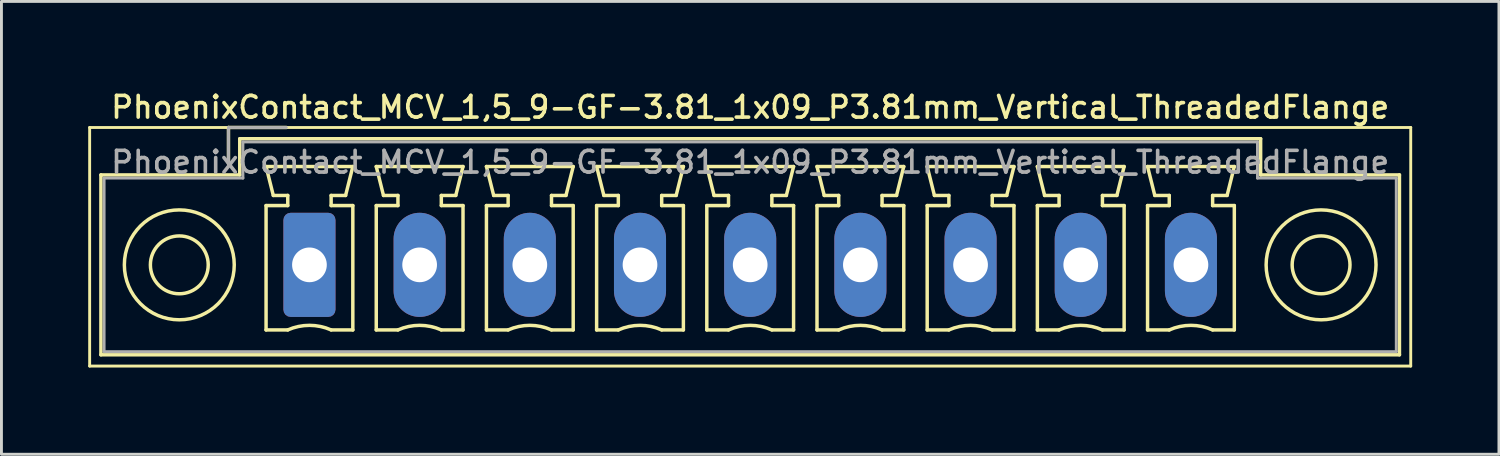
<source format=kicad_pcb>
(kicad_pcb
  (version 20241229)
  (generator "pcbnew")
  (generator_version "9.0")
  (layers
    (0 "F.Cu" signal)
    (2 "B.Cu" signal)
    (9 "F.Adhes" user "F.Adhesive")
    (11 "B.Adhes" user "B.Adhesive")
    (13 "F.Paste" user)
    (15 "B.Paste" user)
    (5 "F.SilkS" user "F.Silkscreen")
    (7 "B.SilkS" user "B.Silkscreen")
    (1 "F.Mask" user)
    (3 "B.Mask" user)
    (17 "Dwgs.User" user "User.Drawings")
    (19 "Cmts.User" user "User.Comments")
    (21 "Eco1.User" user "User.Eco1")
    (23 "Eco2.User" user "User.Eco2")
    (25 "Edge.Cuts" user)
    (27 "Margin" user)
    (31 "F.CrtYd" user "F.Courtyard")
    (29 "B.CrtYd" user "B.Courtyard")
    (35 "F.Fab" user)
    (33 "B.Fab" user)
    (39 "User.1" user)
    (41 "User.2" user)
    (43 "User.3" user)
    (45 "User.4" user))
  (footprint "PhoenixContact_MCV_1,5_9-GF-3.81_1x09_P3.81mm_Vertical_ThreadedFlange"
    (layer "F.Cu")
    (at 7.65 6.108)
    (property "Reference" "PhoenixContact_MCV_1,5_9-GF-3.81_1x09_P3.81mm_Vertical_ThreadedFlange" (at 15.24 -5.45 0) (layer "F.SilkS") (effects (font (size 0.75 0.75) (thickness 0.125))))
    (attr through_hole)
    (fp_line (start -7.6 -4.75) (end -7.6 3.5) (stroke (width 0.1) (type solid)) (layer "F.SilkS"))
    (fp_line (start -7.6 3.5) (end 38.08 3.5) (stroke (width 0.1) (type solid)) (layer "F.SilkS"))
    (fp_line (start -7.21 -3.11) (end -7.21 3.11) (stroke (width 0.12) (type solid)) (layer "F.SilkS"))
    (fp_line (start -7.21 3.11) (end 37.69 3.11) (stroke (width 0.12) (type solid)) (layer "F.SilkS"))
    (fp_line (start -2.8 -4.75) (end -0.8 -4.75) (stroke (width 0.12) (type solid)) (layer "F.SilkS"))
    (fp_line (start -2.8 -3.5) (end -2.8 -4.75) (stroke (width 0.12) (type solid)) (layer "F.SilkS"))
    (fp_line (start -2.41 -4.36) (end -2.41 -3.11) (stroke (width 0.12) (type solid)) (layer "F.SilkS"))
    (fp_line (start -2.41 -3.11) (end -7.21 -3.11) (stroke (width 0.12) (type solid)) (layer "F.SilkS"))
    (fp_line (start -1.5 -3.4) (end 1.5 -3.4) (stroke (width 0.12) (type solid)) (layer "F.SilkS"))
    (fp_line (start -1.5 -2.05) (end -0.75 -2.05) (stroke (width 0.12) (type solid)) (layer "F.SilkS"))
    (fp_line (start -1.5 2.25) (end -1.5 -2.05) (stroke (width 0.12) (type solid)) (layer "F.SilkS"))
    (fp_line (start -1.25 -2.4) (end -1.5 -3.4) (stroke (width 0.12) (type solid)) (layer "F.SilkS"))
    (fp_line (start -0.75 -2.4) (end -1.25 -2.4) (stroke (width 0.12) (type solid)) (layer "F.SilkS"))
    (fp_line (start -0.75 -2.05) (end -0.75 -2.4) (stroke (width 0.12) (type solid)) (layer "F.SilkS"))
    (fp_line (start -0.75 2.25) (end -1.5 2.25) (stroke (width 0.12) (type solid)) (layer "F.SilkS"))
    (fp_line (start 0.75 -2.4) (end 0.75 -2.05) (stroke (width 0.12) (type solid)) (layer "F.SilkS"))
    (fp_line (start 0.75 -2.05) (end 1.5 -2.05) (stroke (width 0.12) (type solid)) (layer "F.SilkS"))
    (fp_line (start 1.25 -2.4) (end 0.75 -2.4) (stroke (width 0.12) (type solid)) (layer "F.SilkS"))
    (fp_line (start 1.5 -3.4) (end 1.25 -2.4) (stroke (width 0.12) (type solid)) (layer "F.SilkS"))
    (fp_line (start 1.5 -2.05) (end 1.5 2.25) (stroke (width 0.12) (type solid)) (layer "F.SilkS"))
    (fp_line (start 1.5 2.25) (end 0.75 2.25) (stroke (width 0.12) (type solid)) (layer "F.SilkS"))
    (fp_line (start 2.31 -3.4) (end 5.31 -3.4) (stroke (width 0.12) (type solid)) (layer "F.SilkS"))
    (fp_line (start 2.31 -2.05) (end 3.06 -2.05) (stroke (width 0.12) (type solid)) (layer "F.SilkS"))
    (fp_line (start 2.31 2.25) (end 2.31 -2.05) (stroke (width 0.12) (type solid)) (layer "F.SilkS"))
    (fp_line (start 2.56 -2.4) (end 2.31 -3.4) (stroke (width 0.12) (type solid)) (layer "F.SilkS"))
    (fp_line (start 3.06 -2.4) (end 2.56 -2.4) (stroke (width 0.12) (type solid)) (layer "F.SilkS"))
    (fp_line (start 3.06 -2.05) (end 3.06 -2.4) (stroke (width 0.12) (type solid)) (layer "F.SilkS"))
    (fp_line (start 3.06 2.25) (end 2.31 2.25) (stroke (width 0.12) (type solid)) (layer "F.SilkS"))
    (fp_line (start 4.56 -2.4) (end 4.56 -2.05) (stroke (width 0.12) (type solid)) (layer "F.SilkS"))
    (fp_line (start 4.56 -2.05) (end 5.31 -2.05) (stroke (width 0.12) (type solid)) (layer "F.SilkS"))
    (fp_line (start 5.06 -2.4) (end 4.56 -2.4) (stroke (width 0.12) (type solid)) (layer "F.SilkS"))
    (fp_line (start 5.31 -3.4) (end 5.06 -2.4) (stroke (width 0.12) (type solid)) (layer "F.SilkS"))
    (fp_line (start 5.31 -2.05) (end 5.31 2.25) (stroke (width 0.12) (type solid)) (layer "F.SilkS"))
    (fp_line (start 5.31 2.25) (end 4.56 2.25) (stroke (width 0.12) (type solid)) (layer "F.SilkS"))
    (fp_line (start 6.12 -3.4) (end 9.12 -3.4) (stroke (width 0.12) (type solid)) (layer "F.SilkS"))
    (fp_line (start 6.12 -2.05) (end 6.87 -2.05) (stroke (width 0.12) (type solid)) (layer "F.SilkS"))
    (fp_line (start 6.12 2.25) (end 6.12 -2.05) (stroke (width 0.12) (type solid)) (layer "F.SilkS"))
    (fp_line (start 6.37 -2.4) (end 6.12 -3.4) (stroke (width 0.12) (type solid)) (layer "F.SilkS"))
    (fp_line (start 6.87 -2.4) (end 6.37 -2.4) (stroke (width 0.12) (type solid)) (layer "F.SilkS"))
    (fp_line (start 6.87 -2.05) (end 6.87 -2.4) (stroke (width 0.12) (type solid)) (layer "F.SilkS"))
    (fp_line (start 6.87 2.25) (end 6.12 2.25) (stroke (width 0.12) (type solid)) (layer "F.SilkS"))
    (fp_line (start 8.37 -2.4) (end 8.37 -2.05) (stroke (width 0.12) (type solid)) (layer "F.SilkS"))
    (fp_line (start 8.37 -2.05) (end 9.12 -2.05) (stroke (width 0.12) (type solid)) (layer "F.SilkS"))
    (fp_line (start 8.87 -2.4) (end 8.37 -2.4) (stroke (width 0.12) (type solid)) (layer "F.SilkS"))
    (fp_line (start 9.12 -3.4) (end 8.87 -2.4) (stroke (width 0.12) (type solid)) (layer "F.SilkS"))
    (fp_line (start 9.12 -2.05) (end 9.12 2.25) (stroke (width 0.12) (type solid)) (layer "F.SilkS"))
    (fp_line (start 9.12 2.25) (end 8.37 2.25) (stroke (width 0.12) (type solid)) (layer "F.SilkS"))
    (fp_line (start 9.93 -3.4) (end 12.93 -3.4) (stroke (width 0.12) (type solid)) (layer "F.SilkS"))
    (fp_line (start 9.93 -2.05) (end 10.68 -2.05) (stroke (width 0.12) (type solid)) (layer "F.SilkS"))
    (fp_line (start 9.93 2.25) (end 9.93 -2.05) (stroke (width 0.12) (type solid)) (layer "F.SilkS"))
    (fp_line (start 10.18 -2.4) (end 9.93 -3.4) (stroke (width 0.12) (type solid)) (layer "F.SilkS"))
    (fp_line (start 10.68 -2.4) (end 10.18 -2.4) (stroke (width 0.12) (type solid)) (layer "F.SilkS"))
    (fp_line (start 10.68 -2.05) (end 10.68 -2.4) (stroke (width 0.12) (type solid)) (layer "F.SilkS"))
    (fp_line (start 10.68 2.25) (end 9.93 2.25) (stroke (width 0.12) (type solid)) (layer "F.SilkS"))
    (fp_line (start 12.18 -2.4) (end 12.18 -2.05) (stroke (width 0.12) (type solid)) (layer "F.SilkS"))
    (fp_line (start 12.18 -2.05) (end 12.93 -2.05) (stroke (width 0.12) (type solid)) (layer "F.SilkS"))
    (fp_line (start 12.68 -2.4) (end 12.18 -2.4) (stroke (width 0.12) (type solid)) (layer "F.SilkS"))
    (fp_line (start 12.93 -3.4) (end 12.68 -2.4) (stroke (width 0.12) (type solid)) (layer "F.SilkS"))
    (fp_line (start 12.93 -2.05) (end 12.93 2.25) (stroke (width 0.12) (type solid)) (layer "F.SilkS"))
    (fp_line (start 12.93 2.25) (end 12.18 2.25) (stroke (width 0.12) (type solid)) (layer "F.SilkS"))
    (fp_line (start 13.74 -3.4) (end 16.74 -3.4) (stroke (width 0.12) (type solid)) (layer "F.SilkS"))
    (fp_line (start 13.74 -2.05) (end 14.49 -2.05) (stroke (width 0.12) (type solid)) (layer "F.SilkS"))
    (fp_line (start 13.74 2.25) (end 13.74 -2.05) (stroke (width 0.12) (type solid)) (layer "F.SilkS"))
    (fp_line (start 13.99 -2.4) (end 13.74 -3.4) (stroke (width 0.12) (type solid)) (layer "F.SilkS"))
    (fp_line (start 14.49 -2.4) (end 13.99 -2.4) (stroke (width 0.12) (type solid)) (layer "F.SilkS"))
    (fp_line (start 14.49 -2.05) (end 14.49 -2.4) (stroke (width 0.12) (type solid)) (layer "F.SilkS"))
    (fp_line (start 14.49 2.25) (end 13.74 2.25) (stroke (width 0.12) (type solid)) (layer "F.SilkS"))
    (fp_line (start 15.99 -2.4) (end 15.99 -2.05) (stroke (width 0.12) (type solid)) (layer "F.SilkS"))
    (fp_line (start 15.99 -2.05) (end 16.74 -2.05) (stroke (width 0.12) (type solid)) (layer "F.SilkS"))
    (fp_line (start 16.49 -2.4) (end 15.99 -2.4) (stroke (width 0.12) (type solid)) (layer "F.SilkS"))
    (fp_line (start 16.74 -3.4) (end 16.49 -2.4) (stroke (width 0.12) (type solid)) (layer "F.SilkS"))
    (fp_line (start 16.74 -2.05) (end 16.74 2.25) (stroke (width 0.12) (type solid)) (layer "F.SilkS"))
    (fp_line (start 16.74 2.25) (end 15.99 2.25) (stroke (width 0.12) (type solid)) (layer "F.SilkS"))
    (fp_line (start 17.55 -3.4) (end 20.55 -3.4) (stroke (width 0.12) (type solid)) (layer "F.SilkS"))
    (fp_line (start 17.55 -2.05) (end 18.3 -2.05) (stroke (width 0.12) (type solid)) (layer "F.SilkS"))
    (fp_line (start 17.55 2.25) (end 17.55 -2.05) (stroke (width 0.12) (type solid)) (layer "F.SilkS"))
    (fp_line (start 17.8 -2.4) (end 17.55 -3.4) (stroke (width 0.12) (type solid)) (layer "F.SilkS"))
    (fp_line (start 18.3 -2.4) (end 17.8 -2.4) (stroke (width 0.12) (type solid)) (layer "F.SilkS"))
    (fp_line (start 18.3 -2.05) (end 18.3 -2.4) (stroke (width 0.12) (type solid)) (layer "F.SilkS"))
    (fp_line (start 18.3 2.25) (end 17.55 2.25) (stroke (width 0.12) (type solid)) (layer "F.SilkS"))
    (fp_line (start 19.8 -2.4) (end 19.8 -2.05) (stroke (width 0.12) (type solid)) (layer "F.SilkS"))
    (fp_line (start 19.8 -2.05) (end 20.55 -2.05) (stroke (width 0.12) (type solid)) (layer "F.SilkS"))
    (fp_line (start 20.3 -2.4) (end 19.8 -2.4) (stroke (width 0.12) (type solid)) (layer "F.SilkS"))
    (fp_line (start 20.55 -3.4) (end 20.3 -2.4) (stroke (width 0.12) (type solid)) (layer "F.SilkS"))
    (fp_line (start 20.55 -2.05) (end 20.55 2.25) (stroke (width 0.12) (type solid)) (layer "F.SilkS"))
    (fp_line (start 20.55 2.25) (end 19.8 2.25) (stroke (width 0.12) (type solid)) (layer "F.SilkS"))
    (fp_line (start 21.36 -3.4) (end 24.36 -3.4) (stroke (width 0.12) (type solid)) (layer "F.SilkS"))
    (fp_line (start 21.36 -2.05) (end 22.11 -2.05) (stroke (width 0.12) (type solid)) (layer "F.SilkS"))
    (fp_line (start 21.36 2.25) (end 21.36 -2.05) (stroke (width 0.12) (type solid)) (layer "F.SilkS"))
    (fp_line (start 21.61 -2.4) (end 21.36 -3.4) (stroke (width 0.12) (type solid)) (layer "F.SilkS"))
    (fp_line (start 22.11 -2.4) (end 21.61 -2.4) (stroke (width 0.12) (type solid)) (layer "F.SilkS"))
    (fp_line (start 22.11 -2.05) (end 22.11 -2.4) (stroke (width 0.12) (type solid)) (layer "F.SilkS"))
    (fp_line (start 22.11 2.25) (end 21.36 2.25) (stroke (width 0.12) (type solid)) (layer "F.SilkS"))
    (fp_line (start 23.61 -2.4) (end 23.61 -2.05) (stroke (width 0.12) (type solid)) (layer "F.SilkS"))
    (fp_line (start 23.61 -2.05) (end 24.36 -2.05) (stroke (width 0.12) (type solid)) (layer "F.SilkS"))
    (fp_line (start 24.11 -2.4) (end 23.61 -2.4) (stroke (width 0.12) (type solid)) (layer "F.SilkS"))
    (fp_line (start 24.36 -3.4) (end 24.11 -2.4) (stroke (width 0.12) (type solid)) (layer "F.SilkS"))
    (fp_line (start 24.36 -2.05) (end 24.36 2.25) (stroke (width 0.12) (type solid)) (layer "F.SilkS"))
    (fp_line (start 24.36 2.25) (end 23.61 2.25) (stroke (width 0.12) (type solid)) (layer "F.SilkS"))
    (fp_line (start 25.17 -3.4) (end 28.17 -3.4) (stroke (width 0.12) (type solid)) (layer "F.SilkS"))
    (fp_line (start 25.17 -2.05) (end 25.92 -2.05) (stroke (width 0.12) (type solid)) (layer "F.SilkS"))
    (fp_line (start 25.17 2.25) (end 25.17 -2.05) (stroke (width 0.12) (type solid)) (layer "F.SilkS"))
    (fp_line (start 25.42 -2.4) (end 25.17 -3.4) (stroke (width 0.12) (type solid)) (layer "F.SilkS"))
    (fp_line (start 25.92 -2.4) (end 25.42 -2.4) (stroke (width 0.12) (type solid)) (layer "F.SilkS"))
    (fp_line (start 25.92 -2.05) (end 25.92 -2.4) (stroke (width 0.12) (type solid)) (layer "F.SilkS"))
    (fp_line (start 25.92 2.25) (end 25.17 2.25) (stroke (width 0.12) (type solid)) (layer "F.SilkS"))
    (fp_line (start 27.42 -2.4) (end 27.42 -2.05) (stroke (width 0.12) (type solid)) (layer "F.SilkS"))
    (fp_line (start 27.42 -2.05) (end 28.17 -2.05) (stroke (width 0.12) (type solid)) (layer "F.SilkS"))
    (fp_line (start 27.92 -2.4) (end 27.42 -2.4) (stroke (width 0.12) (type solid)) (layer "F.SilkS"))
    (fp_line (start 28.17 -3.4) (end 27.92 -2.4) (stroke (width 0.12) (type solid)) (layer "F.SilkS"))
    (fp_line (start 28.17 -2.05) (end 28.17 2.25) (stroke (width 0.12) (type solid)) (layer "F.SilkS"))
    (fp_line (start 28.17 2.25) (end 27.42 2.25) (stroke (width 0.12) (type solid)) (layer "F.SilkS"))
    (fp_line (start 28.98 -3.4) (end 31.98 -3.4) (stroke (width 0.12) (type solid)) (layer "F.SilkS"))
    (fp_line (start 28.98 -2.05) (end 29.73 -2.05) (stroke (width 0.12) (type solid)) (layer "F.SilkS"))
    (fp_line (start 28.98 2.25) (end 28.98 -2.05) (stroke (width 0.12) (type solid)) (layer "F.SilkS"))
    (fp_line (start 29.23 -2.4) (end 28.98 -3.4) (stroke (width 0.12) (type solid)) (layer "F.SilkS"))
    (fp_line (start 29.73 -2.4) (end 29.23 -2.4) (stroke (width 0.12) (type solid)) (layer "F.SilkS"))
    (fp_line (start 29.73 -2.05) (end 29.73 -2.4) (stroke (width 0.12) (type solid)) (layer "F.SilkS"))
    (fp_line (start 29.73 2.25) (end 28.98 2.25) (stroke (width 0.12) (type solid)) (layer "F.SilkS"))
    (fp_line (start 31.23 -2.4) (end 31.23 -2.05) (stroke (width 0.12) (type solid)) (layer "F.SilkS"))
    (fp_line (start 31.23 -2.05) (end 31.98 -2.05) (stroke (width 0.12) (type solid)) (layer "F.SilkS"))
    (fp_line (start 31.73 -2.4) (end 31.23 -2.4) (stroke (width 0.12) (type solid)) (layer "F.SilkS"))
    (fp_line (start 31.98 -3.4) (end 31.73 -2.4) (stroke (width 0.12) (type solid)) (layer "F.SilkS"))
    (fp_line (start 31.98 -2.05) (end 31.98 2.25) (stroke (width 0.12) (type solid)) (layer "F.SilkS"))
    (fp_line (start 31.98 2.25) (end 31.23 2.25) (stroke (width 0.12) (type solid)) (layer "F.SilkS"))
    (fp_line (start 32.89 -4.36) (end -2.41 -4.36) (stroke (width 0.12) (type solid)) (layer "F.SilkS"))
    (fp_line (start 32.89 -3.11) (end 32.89 -4.36) (stroke (width 0.12) (type solid)) (layer "F.SilkS"))
    (fp_line (start 37.69 -3.11) (end 32.89 -3.11) (stroke (width 0.12) (type solid)) (layer "F.SilkS"))
    (fp_line (start 37.69 3.11) (end 37.69 -3.11) (stroke (width 0.12) (type solid)) (layer "F.SilkS"))
    (fp_line (start 38.08 -4.75) (end -7.6 -4.75) (stroke (width 0.1) (type solid)) (layer "F.SilkS"))
    (fp_line (start 38.08 3.5) (end 38.08 -4.75) (stroke (width 0.1) (type solid)) (layer "F.SilkS"))
    (fp_arc (start -0.75 2.25) (mid -0.000193 2.09191) (end 0.749647 2.249844) (stroke (width 0.12) (type solid)) (layer "F.SilkS"))
    (fp_arc (start 3.06 2.25) (mid 3.809807 2.09191) (end 4.559647 2.249844) (stroke (width 0.12) (type solid)) (layer "F.SilkS"))
    (fp_arc (start 6.87 2.25) (mid 7.619807 2.09191) (end 8.369647 2.249844) (stroke (width 0.12) (type solid)) (layer "F.SilkS"))
    (fp_arc (start 10.68 2.25) (mid 11.429807 2.09191) (end 12.179647 2.249844) (stroke (width 0.12) (type solid)) (layer "F.SilkS"))
    (fp_arc (start 14.49 2.25) (mid 15.239807 2.09191) (end 15.989647 2.249844) (stroke (width 0.12) (type solid)) (layer "F.SilkS"))
    (fp_arc (start 18.3 2.25) (mid 19.049807 2.09191) (end 19.799647 2.249844) (stroke (width 0.12) (type solid)) (layer "F.SilkS"))
    (fp_arc (start 22.11 2.25) (mid 22.859807 2.09191) (end 23.609647 2.249844) (stroke (width 0.12) (type solid)) (layer "F.SilkS"))
    (fp_arc (start 25.92 2.25) (mid 26.669807 2.09191) (end 27.419647 2.249844) (stroke (width 0.12) (type solid)) (layer "F.SilkS"))
    (fp_arc (start 29.73 2.25) (mid 30.479807 2.09191) (end 31.229647 2.249844) (stroke (width 0.12) (type solid)) (layer "F.SilkS"))
    (fp_circle (center -4.5 0) (end -3.5 0) (stroke (width 0.12) (type solid)) (fill no) (layer "F.SilkS"))
    (fp_circle (center -4.5 0) (end -2.6 0) (stroke (width 0.12) (type solid)) (fill no) (layer "F.SilkS"))
    (fp_circle (center 34.98 0) (end 35.98 0) (stroke (width 0.12) (type solid)) (fill no) (layer "F.SilkS"))
    (fp_circle (center 34.98 0) (end 36.88 0) (stroke (width 0.12) (type solid)) (fill no) (layer "F.SilkS"))
    (fp_line (start -7.1 -3) (end -7.1 3) (stroke (width 0.1) (type solid)) (layer "F.Fab"))
    (fp_line (start -7.1 3) (end 37.58 3) (stroke (width 0.1) (type solid)) (layer "F.Fab"))
    (fp_line (start -2.8 -4.75) (end -0.8 -4.75) (stroke (width 0.1) (type solid)) (layer "F.Fab"))
    (fp_line (start -2.8 -3.5) (end -2.8 -4.75) (stroke (width 0.1) (type solid)) (layer "F.Fab"))
    (fp_line (start -2.3 -4.25) (end -2.3 -3) (stroke (width 0.1) (type solid)) (layer "F.Fab"))
    (fp_line (start -2.3 -3) (end -7.1 -3) (stroke (width 0.1) (type solid)) (layer "F.Fab"))
    (fp_line (start 32.78 -4.25) (end -2.3 -4.25) (stroke (width 0.1) (type solid)) (layer "F.Fab"))
    (fp_line (start 32.78 -3) (end 32.78 -4.25) (stroke (width 0.1) (type solid)) (layer "F.Fab"))
    (fp_line (start 37.58 -3) (end 32.78 -3) (stroke (width 0.1) (type solid)) (layer "F.Fab"))
    (fp_line (start 37.58 3) (end 37.58 -3) (stroke (width 0.1) (type solid)) (layer "F.Fab"))
    (fp_text user "${REFERENCE}" (at 15.24 -3.55 0) (layer "F.Fab") (effects (font (size 0.75 0.75) (thickness 0.125))))
    (pad "1" thru_hole roundrect (at 0 0) (size 1.8 3.6) (drill 1.2) (layers "*.Cu" "*.Mask") (roundrect_rratio 0.139))
    (pad "2" thru_hole oval (at 3.81 0) (size 1.8 3.6) (drill 1.2) (layers "*.Cu" "*.Mask"))
    (pad "3" thru_hole oval (at 7.62 0) (size 1.8 3.6) (drill 1.2) (layers "*.Cu" "*.Mask"))
    (pad "4" thru_hole oval (at 11.43 0) (size 1.8 3.6) (drill 1.2) (layers "*.Cu" "*.Mask"))
    (pad "5" thru_hole oval (at 15.24 0) (size 1.8 3.6) (drill 1.2) (layers "*.Cu" "*.Mask"))
    (pad "6" thru_hole oval (at 19.05 0) (size 1.8 3.6) (drill 1.2) (layers "*.Cu" "*.Mask"))
    (pad "7" thru_hole oval (at 22.86 0) (size 1.8 3.6) (drill 1.2) (layers "*.Cu" "*.Mask"))
    (pad "8" thru_hole oval (at 26.67 0) (size 1.8 3.6) (drill 1.2) (layers "*.Cu" "*.Mask"))
    (pad "9" thru_hole oval (at 30.48 0) (size 1.8 3.6) (drill 1.2) (layers "*.Cu" "*.Mask")))
  (gr_rect
    (start -3 -3)
    (end 48.78 12.658)
    (stroke (width 0.1) (type default))
    (fill no)
    (layer "Edge.Cuts")))
</source>
